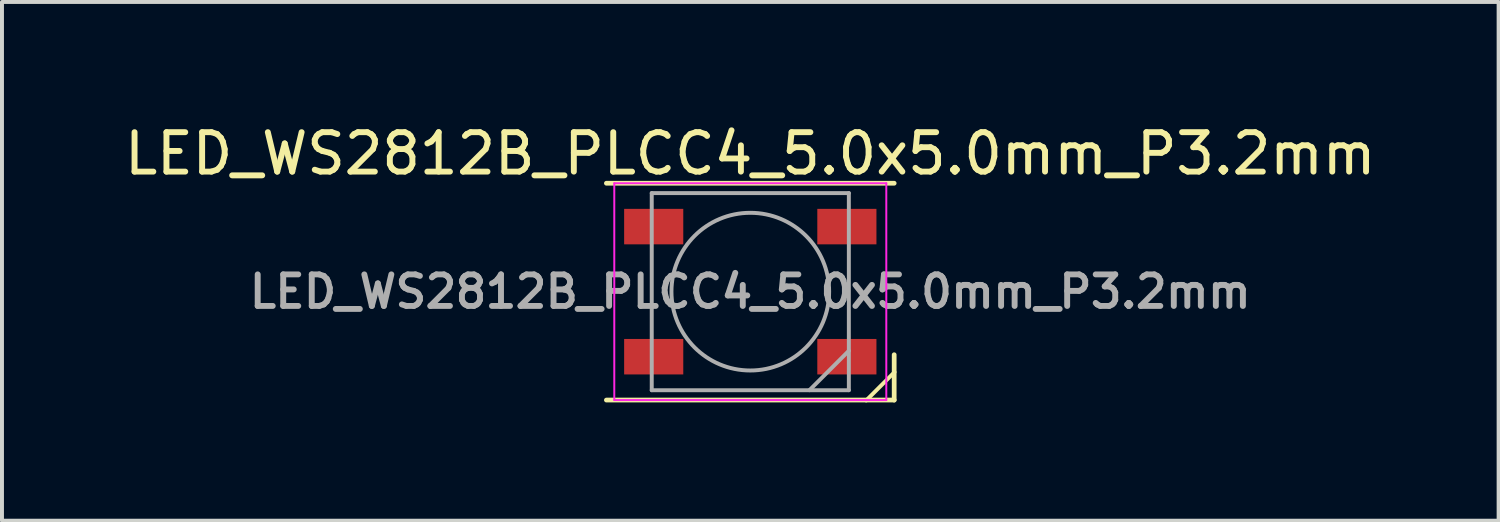
<source format=kicad_pcb>
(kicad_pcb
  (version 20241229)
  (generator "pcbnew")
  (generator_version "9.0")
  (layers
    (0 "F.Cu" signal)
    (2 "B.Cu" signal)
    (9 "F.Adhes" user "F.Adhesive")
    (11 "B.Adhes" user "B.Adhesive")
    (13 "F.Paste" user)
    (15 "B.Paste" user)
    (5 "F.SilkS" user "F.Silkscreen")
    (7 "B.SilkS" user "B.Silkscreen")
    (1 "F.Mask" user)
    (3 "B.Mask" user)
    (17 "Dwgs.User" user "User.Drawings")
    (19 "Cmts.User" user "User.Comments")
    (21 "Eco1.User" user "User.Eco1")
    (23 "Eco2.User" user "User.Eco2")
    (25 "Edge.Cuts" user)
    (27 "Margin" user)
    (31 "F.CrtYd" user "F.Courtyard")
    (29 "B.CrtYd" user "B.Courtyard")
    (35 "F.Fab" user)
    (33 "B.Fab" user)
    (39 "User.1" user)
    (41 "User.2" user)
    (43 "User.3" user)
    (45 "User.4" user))
  (footprint "LED_WS2812B_PLCC4_5.0x5.0mm_P3.2mm"
    (layer "F.Cu")
    (at 15.982 4.348)
    (property "Reference" "LED_WS2812B_PLCC4_5.0x5.0mm_P3.2mm" (at 0 -3.5 0) (layer "F.SilkS") (effects (font (size 1 1) (thickness 0.15))))
    (attr smd)
    (fp_line (start -3.65 -2.75) (end 3.65 -2.75) (stroke (width 0.12) (type solid)) (layer "F.SilkS"))
    (fp_line (start -3.65 2.75) (end 3.65 2.75) (stroke (width 0.12) (type solid)) (layer "F.SilkS"))
    (fp_line (start 3.65 2.75) (end 3.65 1.6) (stroke (width 0.12) (type solid)) (layer "F.SilkS"))
    (fp_line (start 3.659 2.041) (end 2.94 2.76) (stroke (width 0.1) (type default)) (layer "F.SilkS"))
    (fp_line (start -3.45 -2.75) (end -3.45 2.75) (stroke (width 0.05) (type solid)) (layer "F.CrtYd"))
    (fp_line (start -3.45 2.75) (end 3.45 2.75) (stroke (width 0.05) (type solid)) (layer "F.CrtYd"))
    (fp_line (start 3.45 -2.75) (end -3.45 -2.75) (stroke (width 0.05) (type solid)) (layer "F.CrtYd"))
    (fp_line (start 3.45 2.75) (end 3.45 -2.75) (stroke (width 0.05) (type solid)) (layer "F.CrtYd"))
    (fp_line (start -2.5 -2.5) (end -2.5 2.5) (stroke (width 0.1) (type solid)) (layer "F.Fab"))
    (fp_line (start -2.5 2.5) (end 2.5 2.5) (stroke (width 0.1) (type solid)) (layer "F.Fab"))
    (fp_line (start 2.5 -2.5) (end -2.5 -2.5) (stroke (width 0.1) (type solid)) (layer "F.Fab"))
    (fp_line (start 2.5 1.5) (end 1.5 2.5) (stroke (width 0.1) (type solid)) (layer "F.Fab"))
    (fp_line (start 2.5 2.5) (end 2.5 -2.5) (stroke (width 0.1) (type solid)) (layer "F.Fab"))
    (fp_circle (center 0 0) (end 0 -2) (stroke (width 0.1) (type solid)) (fill no) (layer "F.Fab"))
    (fp_text user "${REFERENCE}" (at 0 0 0) (layer "F.Fab") (effects (font (size 0.8 0.8) (thickness 0.15))))
    (pad "1" smd rect (at -2.45 -1.65) (size 1.5 0.9) (layers "F.Cu" "F.Mask" "F.Paste"))
    (pad "2" smd rect (at -2.45 1.65) (size 1.5 0.9) (layers "F.Cu" "F.Mask" "F.Paste"))
    (pad "3" smd rect (at 2.45 1.65) (size 1.5 0.9) (layers "F.Cu" "F.Mask" "F.Paste"))
    (pad "4" smd rect (at 2.45 -1.65) (size 1.5 0.9) (layers "F.Cu" "F.Mask" "F.Paste")))
  (gr_rect
    (start -3 -3)
    (end 34.964 10.158)
    (stroke (width 0.1) (type default))
    (fill no)
    (layer "Edge.Cuts")))
</source>
